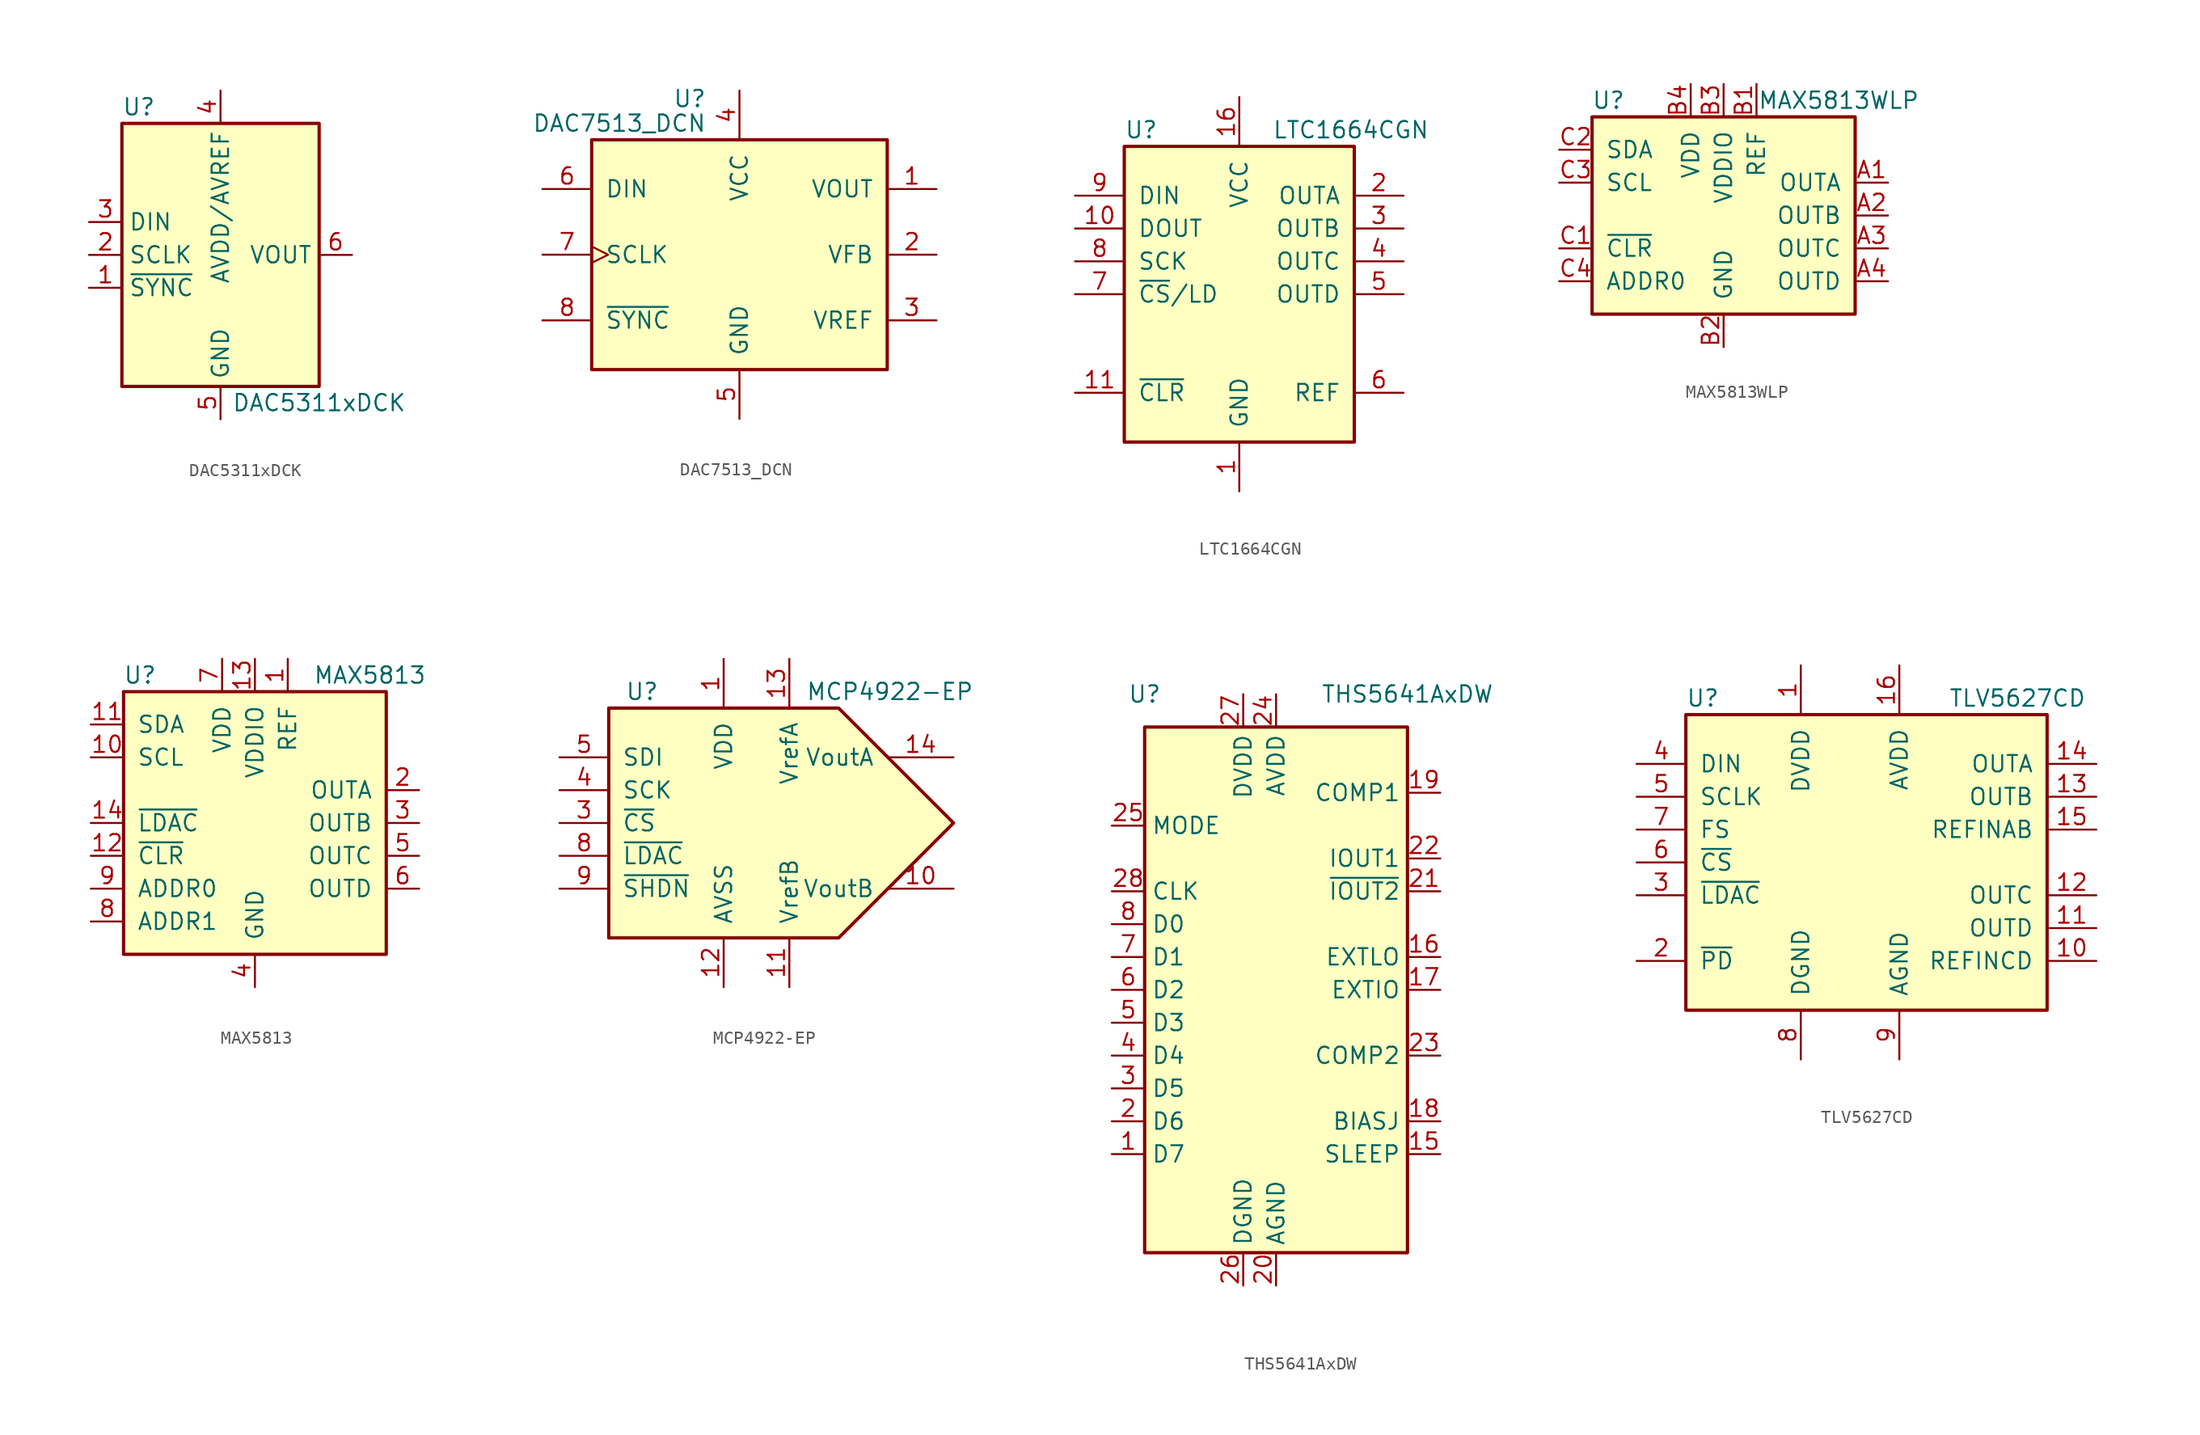
<source format=kicad_sym>
(kicad_symbol_lib
  (version 20211014)
  (generator kicad_symbol_editor)
  (symbol "DAC5311xDCK"
    (property "Reference" "U"
      (at -7.62 11.43 0)
      (effects (font (size 1.27 1.27)) (justify left)))
    (property "Value" "DAC5311xDCK"
      (at 7.62 -11.43 0)
      (effects (font (size 1.27 1.27))))
    (symbol "DAC5311xDCK_0_1"
      (rectangle (start -7.62 10.16) (end 7.62 -10.16) (stroke (width 0.254) (type default) (color 0 0 0 0)) (fill (type background))))
    (symbol "DAC5311xDCK_1_1"
      (pin input line (at -10.16 -2.54 0) (length 2.54) (name "~{SYNC}" (effects (font (size 1.27 1.27)))) (number "1" (effects (font (size 1.27 1.27)))))
      (pin input line (at -10.16 0 0) (length 2.54) (name "SCLK" (effects (font (size 1.27 1.27)))) (number "2" (effects (font (size 1.27 1.27)))))
      (pin input line (at -10.16 2.54 0) (length 2.54) (name "DIN" (effects (font (size 1.27 1.27)))) (number "3" (effects (font (size 1.27 1.27)))))
      (pin power_in line (at 0 12.7 270) (length 2.54) (name "AVDD/AVREF" (effects (font (size 1.27 1.27)))) (number "4" (effects (font (size 1.27 1.27)))))
      (pin power_in line (at 0 -12.7 90) (length 2.54) (name "GND" (effects (font (size 1.27 1.27)))) (number "5" (effects (font (size 1.27 1.27)))))
      (pin output line (at 10.16 0 180) (length 2.54) (name "VOUT" (effects (font (size 1.27 1.27)))) (number "6" (effects (font (size 1.27 1.27)))))))
  (symbol "DAC7513_DCN"
    (pin_names
      (offset 1.016))
    (property "Reference" "U"
      (at -2.54 12.065 0)
      (effects (font (size 1.27 1.27)) (justify right)))
    (property "Value" "DAC7513_DCN"
      (at -2.54 10.16 0)
      (effects (font (size 1.27 1.27)) (justify right)))
    (symbol "DAC7513_DCN_0_1"
      (rectangle (start -11.43 8.89) (end 11.43 -8.89) (stroke (width 0.254) (type default) (color 0 0 0 0)) (fill (type background))))
    (symbol "DAC7513_DCN_1_1"
      (pin output line (at 15.24 5.08 180) (length 3.81) (name "VOUT" (effects (font (size 1.27 1.27)))) (number "1" (effects (font (size 1.27 1.27)))))
      (pin input line (at 15.24 0 180) (length 3.81) (name "VFB" (effects (font (size 1.27 1.27)))) (number "2" (effects (font (size 1.27 1.27)))))
      (pin input line (at 15.24 -5.08 180) (length 3.81) (name "VREF" (effects (font (size 1.27 1.27)))) (number "3" (effects (font (size 1.27 1.27)))))
      (pin power_in line (at 0 12.7 270) (length 3.81) (name "VCC" (effects (font (size 1.27 1.27)))) (number "4" (effects (font (size 1.27 1.27)))))
      (pin power_in line (at 0 -12.7 90) (length 3.81) (name "GND" (effects (font (size 1.27 1.27)))) (number "5" (effects (font (size 1.27 1.27)))))
      (pin input line (at -15.24 5.08 0) (length 3.81) (name "DIN" (effects (font (size 1.27 1.27)))) (number "6" (effects (font (size 1.27 1.27)))))
      (pin input clock (at -15.24 0 0) (length 3.81) (name "SCLK" (effects (font (size 1.27 1.27)))) (number "7" (effects (font (size 1.27 1.27)))))
      (pin input line (at -15.24 -5.08 0) (length 3.81) (name "~{SYNC}" (effects (font (size 1.27 1.27)))) (number "8" (effects (font (size 1.27 1.27)))))))
  (symbol "LTC1664CGN"
    (pin_names
      (offset 1.016))
    (property "Reference" "U"
      (at -8.89 12.7 0)
      (effects (font (size 1.27 1.27)) (justify left)))
    (property "Value" "LTC1664CGN"
      (at 2.54 12.7 0)
      (effects (font (size 1.27 1.27)) (justify left)))
    (symbol "LTC1664CGN_0_1"
      (rectangle (start -8.89 11.43) (end 8.89 -11.43) (stroke (width 0.254) (type default) (color 0 0 0 0)) (fill (type background))))
    (symbol "LTC1664CGN_1_1"
      (pin power_in line (at 0 -15.24 90) (length 3.81) (name "GND" (effects (font (size 1.27 1.27)))) (number "1" (effects (font (size 1.27 1.27)))))
      (pin output line (at -12.7 5.08 0) (length 3.81) (name "DOUT" (effects (font (size 1.27 1.27)))) (number "10" (effects (font (size 1.27 1.27)))))
      (pin input line (at -12.7 -7.62 0) (length 3.81) (name "~{CLR}" (effects (font (size 1.27 1.27)))) (number "11" (effects (font (size 1.27 1.27)))))
      (pin no_connect line (at -5.08 -15.24 90) (length 3.81) hide (name "NC" (effects (font (size 1.27 1.27)))) (number "12" (effects (font (size 1.27 1.27)))))
      (pin no_connect line (at -2.54 -15.24 90) (length 3.81) hide (name "NC" (effects (font (size 1.27 1.27)))) (number "13" (effects (font (size 1.27 1.27)))))
      (pin no_connect line (at 2.54 -15.24 90) (length 3.81) hide (name "NC" (effects (font (size 1.27 1.27)))) (number "14" (effects (font (size 1.27 1.27)))))
      (pin no_connect line (at 5.08 -15.24 90) (length 3.81) hide (name "NC" (effects (font (size 1.27 1.27)))) (number "15" (effects (font (size 1.27 1.27)))))
      (pin power_in line (at 0 15.24 270) (length 3.81) (name "VCC" (effects (font (size 1.27 1.27)))) (number "16" (effects (font (size 1.27 1.27)))))
      (pin output line (at 12.7 7.62 180) (length 3.81) (name "OUTA" (effects (font (size 1.27 1.27)))) (number "2" (effects (font (size 1.27 1.27)))))
      (pin output line (at 12.7 5.08 180) (length 3.81) (name "OUTB" (effects (font (size 1.27 1.27)))) (number "3" (effects (font (size 1.27 1.27)))))
      (pin output line (at 12.7 2.54 180) (length 3.81) (name "OUTC" (effects (font (size 1.27 1.27)))) (number "4" (effects (font (size 1.27 1.27)))))
      (pin output line (at 12.7 0 180) (length 3.81) (name "OUTD" (effects (font (size 1.27 1.27)))) (number "5" (effects (font (size 1.27 1.27)))))
      (pin input line (at 12.7 -7.62 180) (length 3.81) (name "REF" (effects (font (size 1.27 1.27)))) (number "6" (effects (font (size 1.27 1.27)))))
      (pin input line (at -12.7 0 0) (length 3.81) (name "~{CS}/LD" (effects (font (size 1.27 1.27)))) (number "7" (effects (font (size 1.27 1.27)))))
      (pin input line (at -12.7 2.54 0) (length 3.81) (name "SCK" (effects (font (size 1.27 1.27)))) (number "8" (effects (font (size 1.27 1.27)))))
      (pin input line (at -12.7 7.62 0) (length 3.81) (name "DIN" (effects (font (size 1.27 1.27)))) (number "9" (effects (font (size 1.27 1.27)))))))
  (symbol "MAX5813WLP"
    (pin_names
      (offset 1.016))
    (property "Reference" "U"
      (at -8.89 8.89 0)
      (effects (font (size 1.27 1.27))))
    (property "Value" "MAX5813WLP"
      (at 8.89 8.89 0)
      (effects (font (size 1.27 1.27))))
    (symbol "MAX5813WLP_0_1"
      (rectangle (start -10.16 7.62) (end 10.16 -7.62) (stroke (width 0.254) (type default) (color 0 0 0 0)) (fill (type background))))
    (symbol "MAX5813WLP_1_1"
      (pin output line (at 12.7 2.54 180) (length 2.54) (name "OUTA" (effects (font (size 1.27 1.27)))) (number "A1" (effects (font (size 1.27 1.27)))))
      (pin output line (at 12.7 0 180) (length 2.54) (name "OUTB" (effects (font (size 1.27 1.27)))) (number "A2" (effects (font (size 1.27 1.27)))))
      (pin output line (at 12.7 -2.54 180) (length 2.54) (name "OUTC" (effects (font (size 1.27 1.27)))) (number "A3" (effects (font (size 1.27 1.27)))))
      (pin output line (at 12.7 -5.08 180) (length 2.54) (name "OUTD" (effects (font (size 1.27 1.27)))) (number "A4" (effects (font (size 1.27 1.27)))))
      (pin power_in line (at 2.54 10.16 270) (length 2.54) (name "REF" (effects (font (size 1.27 1.27)))) (number "B1" (effects (font (size 1.27 1.27)))))
      (pin power_in line (at 0 -10.16 90) (length 2.54) (name "GND" (effects (font (size 1.27 1.27)))) (number "B2" (effects (font (size 1.27 1.27)))))
      (pin power_in line (at 0 10.16 270) (length 2.54) (name "VDDIO" (effects (font (size 1.27 1.27)))) (number "B3" (effects (font (size 1.27 1.27)))))
      (pin power_in line (at -2.54 10.16 270) (length 2.54) (name "VDD" (effects (font (size 1.27 1.27)))) (number "B4" (effects (font (size 1.27 1.27)))))
      (pin input line (at -12.7 -2.54 0) (length 2.54) (name "~{CLR}" (effects (font (size 1.27 1.27)))) (number "C1" (effects (font (size 1.27 1.27)))))
      (pin bidirectional line (at -12.7 5.08 0) (length 2.54) (name "SDA" (effects (font (size 1.27 1.27)))) (number "C2" (effects (font (size 1.27 1.27)))))
      (pin input line (at -12.7 2.54 0) (length 2.54) (name "SCL" (effects (font (size 1.27 1.27)))) (number "C3" (effects (font (size 1.27 1.27)))))
      (pin input line (at -12.7 -5.08 0) (length 2.54) (name "ADDR0" (effects (font (size 1.27 1.27)))) (number "C4" (effects (font (size 1.27 1.27)))))))
  (symbol "MAX5813"
    (pin_names
      (offset 1.016))
    (property "Reference" "U"
      (at -8.89 11.43 0)
      (effects (font (size 1.27 1.27))))
    (property "Value" "MAX5813"
      (at 8.89 11.43 0)
      (effects (font (size 1.27 1.27))))
    (symbol "MAX5813_0_1"
      (rectangle (start -10.16 10.16) (end 10.16 -10.16) (stroke (width 0.254) (type default) (color 0 0 0 0)) (fill (type background))))
    (symbol "MAX5813_1_1"
      (pin power_in line (at 2.54 12.7 270) (length 2.54) (name "REF" (effects (font (size 1.27 1.27)))) (number "1" (effects (font (size 1.27 1.27)))))
      (pin input line (at -12.7 5.08 0) (length 2.54) (name "SCL" (effects (font (size 1.27 1.27)))) (number "10" (effects (font (size 1.27 1.27)))))
      (pin bidirectional line (at -12.7 7.62 0) (length 2.54) (name "SDA" (effects (font (size 1.27 1.27)))) (number "11" (effects (font (size 1.27 1.27)))))
      (pin input line (at -12.7 -2.54 0) (length 2.54) (name "~{CLR}" (effects (font (size 1.27 1.27)))) (number "12" (effects (font (size 1.27 1.27)))))
      (pin power_in line (at 0 12.7 270) (length 2.54) (name "VDDIO" (effects (font (size 1.27 1.27)))) (number "13" (effects (font (size 1.27 1.27)))))
      (pin input line (at -12.7 0 0) (length 2.54) (name "~{LDAC}" (effects (font (size 1.27 1.27)))) (number "14" (effects (font (size 1.27 1.27)))))
      (pin output line (at 12.7 2.54 180) (length 2.54) (name "OUTA" (effects (font (size 1.27 1.27)))) (number "2" (effects (font (size 1.27 1.27)))))
      (pin output line (at 12.7 0 180) (length 2.54) (name "OUTB" (effects (font (size 1.27 1.27)))) (number "3" (effects (font (size 1.27 1.27)))))
      (pin power_in line (at 0 -12.7 90) (length 2.54) (name "GND" (effects (font (size 1.27 1.27)))) (number "4" (effects (font (size 1.27 1.27)))))
      (pin output line (at 12.7 -2.54 180) (length 2.54) (name "OUTC" (effects (font (size 1.27 1.27)))) (number "5" (effects (font (size 1.27 1.27)))))
      (pin output line (at 12.7 -5.08 180) (length 2.54) (name "OUTD" (effects (font (size 1.27 1.27)))) (number "6" (effects (font (size 1.27 1.27)))))
      (pin power_in line (at -2.54 12.7 270) (length 2.54) (name "VDD" (effects (font (size 1.27 1.27)))) (number "7" (effects (font (size 1.27 1.27)))))
      (pin input line (at -12.7 -7.62 0) (length 2.54) (name "ADDR1" (effects (font (size 1.27 1.27)))) (number "8" (effects (font (size 1.27 1.27)))))
      (pin input line (at -12.7 -5.08 0) (length 2.54) (name "ADDR0" (effects (font (size 1.27 1.27)))) (number "9" (effects (font (size 1.27 1.27)))))))
  (symbol "MCP4922-EP"
    (pin_names
      (offset 1.016))
    (property "Reference" "U"
      (at -10.16 10.16 0)
      (effects (font (size 1.27 1.27)) (justify left)))
    (property "Value" "MCP4922-EP"
      (at 3.81 10.16 0)
      (effects (font (size 1.27 1.27)) (justify left)))
    (symbol "MCP4922-EP_0_1"
      (polyline (pts (xy -11.43 8.89) (xy 6.35 8.89) (xy 15.24 0) (xy 6.35 -8.89) (xy -11.43 -8.89) (xy -11.43 8.89)) (stroke (width 0.254) (type default) (color 0 0 0 0)) (fill (type background))))
    (symbol "MCP4922-EP_1_1"
      (pin power_in line (at -2.54 12.7 270) (length 3.81) (name "VDD" (effects (font (size 1.27 1.27)))) (number "1" (effects (font (size 1.27 1.27)))))
      (pin passive line (at 15.24 -5.08 180) (length 5.08) (name "VoutB" (effects (font (size 1.27 1.27)))) (number "10" (effects (font (size 1.27 1.27)))))
      (pin passive line (at 2.54 -12.7 90) (length 3.81) (name "VrefB" (effects (font (size 1.27 1.27)))) (number "11" (effects (font (size 1.27 1.27)))))
      (pin power_in line (at -2.54 -12.7 90) (length 3.81) (name "AVSS" (effects (font (size 1.27 1.27)))) (number "12" (effects (font (size 1.27 1.27)))))
      (pin passive line (at 2.54 12.7 270) (length 3.81) (name "VrefA" (effects (font (size 1.27 1.27)))) (number "13" (effects (font (size 1.27 1.27)))))
      (pin passive line (at 15.24 5.08 180) (length 5.08) (name "VoutA" (effects (font (size 1.27 1.27)))) (number "14" (effects (font (size 1.27 1.27)))))
      (pin no_connect line (at -5.08 -12.7 90) (length 2.54) hide (name "NC" (effects (font (size 1.27 1.27)))) (number "2" (effects (font (size 1.27 1.27)))))
      (pin input line (at -15.24 0 0) (length 3.81) (name "~{CS}" (effects (font (size 1.27 1.27)))) (number "3" (effects (font (size 1.27 1.27)))))
      (pin input line (at -15.24 2.54 0) (length 3.81) (name "SCK" (effects (font (size 1.27 1.27)))) (number "4" (effects (font (size 1.27 1.27)))))
      (pin input line (at -15.24 5.08 0) (length 3.81) (name "SDI" (effects (font (size 1.27 1.27)))) (number "5" (effects (font (size 1.27 1.27)))))
      (pin no_connect line (at -7.62 -12.7 90) (length 2.54) hide (name "NC" (effects (font (size 1.27 1.27)))) (number "6" (effects (font (size 1.27 1.27)))))
      (pin no_connect line (at -10.16 -12.7 90) (length 2.54) hide (name "NC" (effects (font (size 1.27 1.27)))) (number "7" (effects (font (size 1.27 1.27)))))
      (pin input line (at -15.24 -2.54 0) (length 3.81) (name "~{LDAC}" (effects (font (size 1.27 1.27)))) (number "8" (effects (font (size 1.27 1.27)))))
      (pin input line (at -15.24 -5.08 0) (length 3.81) (name "~{SHDN}" (effects (font (size 1.27 1.27)))) (number "9" (effects (font (size 1.27 1.27)))))))
  (symbol "THS5641AxDW"
    (property "Reference" "U"
      (at -10.16 22.86 0)
      (effects (font (size 1.27 1.27))))
    (property "Value" "THS5641AxDW"
      (at 10.16 22.86 0)
      (effects (font (size 1.27 1.27))))
    (symbol "THS5641AxDW_0_1"
      (rectangle (start -10.16 20.32) (end 10.16 -20.32) (stroke (width 0.254) (type default) (color 0 0 0 0)) (fill (type background))))
    (symbol "THS5641AxDW_1_1"
      (pin input line (at -12.7 -12.7 0) (length 2.54) (name "D7" (effects (font (size 1.27 1.27)))) (number "1" (effects (font (size 1.27 1.27)))))
      (pin no_connect line (at -10.16 -17.78 0) (length 2.54) hide (name "NC" (effects (font (size 1.27 1.27)))) (number "10" (effects (font (size 1.27 1.27)))))
      (pin no_connect line (at 10.16 -17.78 180) (length 2.54) hide (name "NC" (effects (font (size 1.27 1.27)))) (number "11" (effects (font (size 1.27 1.27)))))
      (pin no_connect line (at 10.16 -15.24 180) (length 2.54) hide (name "NC" (effects (font (size 1.27 1.27)))) (number "12" (effects (font (size 1.27 1.27)))))
      (pin no_connect line (at 10.16 12.7 180) (length 2.54) hide (name "NC" (effects (font (size 1.27 1.27)))) (number "13" (effects (font (size 1.27 1.27)))))
      (pin no_connect line (at 10.16 17.78 180) (length 2.54) hide (name "NC" (effects (font (size 1.27 1.27)))) (number "14" (effects (font (size 1.27 1.27)))))
      (pin input line (at 12.7 -12.7 180) (length 2.54) (name "SLEEP" (effects (font (size 1.27 1.27)))) (number "15" (effects (font (size 1.27 1.27)))))
      (pin bidirectional line (at 12.7 2.54 180) (length 2.54) (name "EXTLO" (effects (font (size 1.27 1.27)))) (number "16" (effects (font (size 1.27 1.27)))))
      (pin bidirectional line (at 12.7 0 180) (length 2.54) (name "EXTIO" (effects (font (size 1.27 1.27)))) (number "17" (effects (font (size 1.27 1.27)))))
      (pin passive line (at 12.7 -10.16 180) (length 2.54) (name "BIASJ" (effects (font (size 1.27 1.27)))) (number "18" (effects (font (size 1.27 1.27)))))
      (pin input line (at 12.7 15.24 180) (length 2.54) (name "COMP1" (effects (font (size 1.27 1.27)))) (number "19" (effects (font (size 1.27 1.27)))))
      (pin input line (at -12.7 -10.16 0) (length 2.54) (name "D6" (effects (font (size 1.27 1.27)))) (number "2" (effects (font (size 1.27 1.27)))))
      (pin power_in line (at 0 -22.86 90) (length 2.54) (name "AGND" (effects (font (size 1.27 1.27)))) (number "20" (effects (font (size 1.27 1.27)))))
      (pin output line (at 12.7 7.62 180) (length 2.54) (name "~{IOUT2}" (effects (font (size 1.27 1.27)))) (number "21" (effects (font (size 1.27 1.27)))))
      (pin output line (at 12.7 10.16 180) (length 2.54) (name "IOUT1" (effects (font (size 1.27 1.27)))) (number "22" (effects (font (size 1.27 1.27)))))
      (pin input line (at 12.7 -5.08 180) (length 2.54) (name "COMP2" (effects (font (size 1.27 1.27)))) (number "23" (effects (font (size 1.27 1.27)))))
      (pin power_in line (at 0 22.86 270) (length 2.54) (name "AVDD" (effects (font (size 1.27 1.27)))) (number "24" (effects (font (size 1.27 1.27)))))
      (pin input line (at -12.7 12.7 0) (length 2.54) (name "MODE" (effects (font (size 1.27 1.27)))) (number "25" (effects (font (size 1.27 1.27)))))
      (pin power_in line (at -2.54 -22.86 90) (length 2.54) (name "DGND" (effects (font (size 1.27 1.27)))) (number "26" (effects (font (size 1.27 1.27)))))
      (pin power_in line (at -2.54 22.86 270) (length 2.54) (name "DVDD" (effects (font (size 1.27 1.27)))) (number "27" (effects (font (size 1.27 1.27)))))
      (pin input line (at -12.7 7.62 0) (length 2.54) (name "CLK" (effects (font (size 1.27 1.27)))) (number "28" (effects (font (size 1.27 1.27)))))
      (pin input line (at -12.7 -7.62 0) (length 2.54) (name "D5" (effects (font (size 1.27 1.27)))) (number "3" (effects (font (size 1.27 1.27)))))
      (pin input line (at -12.7 -5.08 0) (length 2.54) (name "D4" (effects (font (size 1.27 1.27)))) (number "4" (effects (font (size 1.27 1.27)))))
      (pin input line (at -12.7 -2.54 0) (length 2.54) (name "D3" (effects (font (size 1.27 1.27)))) (number "5" (effects (font (size 1.27 1.27)))))
      (pin input line (at -12.7 0 0) (length 2.54) (name "D2" (effects (font (size 1.27 1.27)))) (number "6" (effects (font (size 1.27 1.27)))))
      (pin input line (at -12.7 2.54 0) (length 2.54) (name "D1" (effects (font (size 1.27 1.27)))) (number "7" (effects (font (size 1.27 1.27)))))
      (pin input line (at -12.7 5.08 0) (length 2.54) (name "D0" (effects (font (size 1.27 1.27)))) (number "8" (effects (font (size 1.27 1.27)))))
      (pin no_connect line (at -10.16 -15.24 0) (length 2.54) hide (name "NC" (effects (font (size 1.27 1.27)))) (number "9" (effects (font (size 1.27 1.27)))))))
  (symbol "TLV5627CD"
    (pin_names
      (offset 1.016))
    (property "Reference" "U"
      (at -13.97 12.7 0)
      (effects (font (size 1.27 1.27)) (justify left)))
    (property "Value" "TLV5627CD"
      (at 6.35 12.7 0)
      (effects (font (size 1.27 1.27)) (justify left)))
    (symbol "TLV5627CD_0_1"
      (rectangle (start -13.97 11.43) (end 13.97 -11.43) (stroke (width 0.254) (type default) (color 0 0 0 0)) (fill (type background))))
    (symbol "TLV5627CD_1_1"
      (pin power_in line (at -5.08 15.24 270) (length 3.81) (name "DVDD" (effects (font (size 1.27 1.27)))) (number "1" (effects (font (size 1.27 1.27)))))
      (pin input line (at 17.78 -7.62 180) (length 3.81) (name "REFINCD" (effects (font (size 1.27 1.27)))) (number "10" (effects (font (size 1.27 1.27)))))
      (pin output line (at 17.78 -5.08 180) (length 3.81) (name "OUTD" (effects (font (size 1.27 1.27)))) (number "11" (effects (font (size 1.27 1.27)))))
      (pin output line (at 17.78 -2.54 180) (length 3.81) (name "OUTC" (effects (font (size 1.27 1.27)))) (number "12" (effects (font (size 1.27 1.27)))))
      (pin output line (at 17.78 5.08 180) (length 3.81) (name "OUTB" (effects (font (size 1.27 1.27)))) (number "13" (effects (font (size 1.27 1.27)))))
      (pin output line (at 17.78 7.62 180) (length 3.81) (name "OUTA" (effects (font (size 1.27 1.27)))) (number "14" (effects (font (size 1.27 1.27)))))
      (pin input line (at 17.78 2.54 180) (length 3.81) (name "REFINAB" (effects (font (size 1.27 1.27)))) (number "15" (effects (font (size 1.27 1.27)))))
      (pin power_in line (at 2.54 15.24 270) (length 3.81) (name "AVDD" (effects (font (size 1.27 1.27)))) (number "16" (effects (font (size 1.27 1.27)))))
      (pin input line (at -17.78 -7.62 0) (length 3.81) (name "~{PD}" (effects (font (size 1.27 1.27)))) (number "2" (effects (font (size 1.27 1.27)))))
      (pin input line (at -17.78 -2.54 0) (length 3.81) (name "~{LDAC}" (effects (font (size 1.27 1.27)))) (number "3" (effects (font (size 1.27 1.27)))))
      (pin input line (at -17.78 7.62 0) (length 3.81) (name "DIN" (effects (font (size 1.27 1.27)))) (number "4" (effects (font (size 1.27 1.27)))))
      (pin input line (at -17.78 5.08 0) (length 3.81) (name "SCLK" (effects (font (size 1.27 1.27)))) (number "5" (effects (font (size 1.27 1.27)))))
      (pin input line (at -17.78 0 0) (length 3.81) (name "~{CS}" (effects (font (size 1.27 1.27)))) (number "6" (effects (font (size 1.27 1.27)))))
      (pin input line (at -17.78 2.54 0) (length 3.81) (name "FS" (effects (font (size 1.27 1.27)))) (number "7" (effects (font (size 1.27 1.27)))))
      (pin power_in line (at -5.08 -15.24 90) (length 3.81) (name "DGND" (effects (font (size 1.27 1.27)))) (number "8" (effects (font (size 1.27 1.27)))))
      (pin power_in line (at 2.54 -15.24 90) (length 3.81) (name "AGND" (effects (font (size 1.27 1.27)))) (number "9" (effects (font (size 1.27 1.27))))))))
</source>
